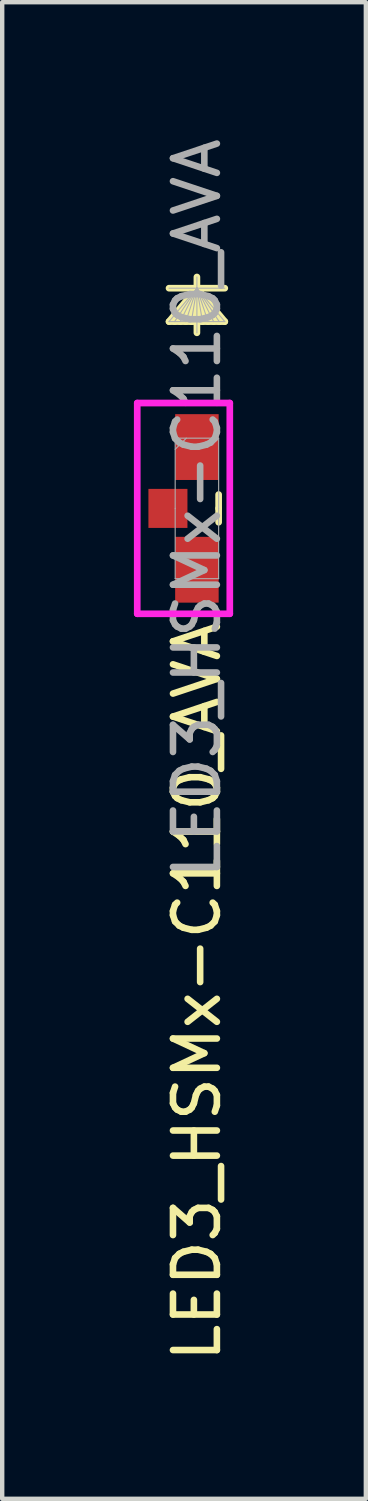
<source format=kicad_pcb>
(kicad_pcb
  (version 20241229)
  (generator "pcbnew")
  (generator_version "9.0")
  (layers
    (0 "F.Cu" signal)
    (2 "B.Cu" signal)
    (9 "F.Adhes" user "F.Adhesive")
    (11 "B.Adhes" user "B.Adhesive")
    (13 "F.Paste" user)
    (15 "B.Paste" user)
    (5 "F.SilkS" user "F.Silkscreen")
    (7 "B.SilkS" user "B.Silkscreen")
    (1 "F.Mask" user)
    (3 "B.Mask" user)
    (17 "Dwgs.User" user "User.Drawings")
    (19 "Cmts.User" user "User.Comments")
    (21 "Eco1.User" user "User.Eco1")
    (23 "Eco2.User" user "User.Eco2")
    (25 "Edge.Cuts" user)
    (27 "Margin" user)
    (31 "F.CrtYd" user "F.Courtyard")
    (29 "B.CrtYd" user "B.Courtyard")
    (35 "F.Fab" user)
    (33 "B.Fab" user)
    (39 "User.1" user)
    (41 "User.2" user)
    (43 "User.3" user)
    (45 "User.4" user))
  (footprint "LED3_HSMx-C110_AVA"
    (layer "F.Cu")
    (at 1.435 8.53)
    (property "Reference" "LED3_HSMx-C110_AVA" (at 0 2.5 90) (unlocked yes) (layer "F.SilkS") (effects (font (size 1 1) (thickness 0.15)) (justify right)))
    (attr smd)
    (fp_line (start 0 -5.016) (end -0.635 -4.255) (stroke (width 0.152) (type solid)) (layer "F.SilkS"))
    (fp_line (start 0 -5.016) (end -0.508 -4.255) (stroke (width 0.152) (type solid)) (layer "F.SilkS"))
    (fp_line (start 0 -5.016) (end -0.381 -4.255) (stroke (width 0.152) (type solid)) (layer "F.SilkS"))
    (fp_line (start 0 -5.016) (end -0.254 -4.255) (stroke (width 0.152) (type solid)) (layer "F.SilkS"))
    (fp_line (start 0 -5.016) (end -0.127 -4.255) (stroke (width 0.152) (type solid)) (layer "F.SilkS"))
    (fp_line (start 0 -5.016) (end 0.127 -4.255) (stroke (width 0.152) (type solid)) (layer "F.SilkS"))
    (fp_line (start 0 -5.016) (end 0.254 -4.255) (stroke (width 0.152) (type solid)) (layer "F.SilkS"))
    (fp_line (start 0 -5.016) (end 0.381 -4.255) (stroke (width 0.152) (type solid)) (layer "F.SilkS"))
    (fp_line (start 0 -5.016) (end 0.508 -4.255) (stroke (width 0.152) (type solid)) (layer "F.SilkS"))
    (fp_line (start 0 -5.016) (end 0.635 -4.255) (stroke (width 0.152) (type solid)) (layer "F.SilkS"))
    (fp_line (start 0 -4) (end 0 -5.271) (stroke (width 0.152) (type solid)) (layer "F.SilkS"))
    (fp_line (start 0.495 0) (end 0.495 -0.315) (stroke (width 0.152) (type solid)) (layer "F.SilkS"))
    (fp_line (start 0.495 0) (end 0.495 0.315) (stroke (width 0.152) (type solid)) (layer "F.SilkS"))
    (fp_line (start 0.635 -5.016) (end -0.635 -5.016) (stroke (width 0.152) (type solid)) (layer "F.SilkS"))
    (fp_line (start 0.635 -4.255) (end -0.635 -4.255) (stroke (width 0.152) (type solid)) (layer "F.SilkS"))
    (fp_line (start -1.359 -2.4) (end 0.749 -2.4) (stroke (width 0.152) (type solid)) (layer "F.CrtYd"))
    (fp_line (start -1.359 2.4) (end -1.359 -2.4) (stroke (width 0.152) (type solid)) (layer "F.CrtYd"))
    (fp_line (start 0.749 -2.4) (end 0.749 2.4) (stroke (width 0.152) (type solid)) (layer "F.CrtYd"))
    (fp_line (start 0.749 2.4) (end -1.359 2.4) (stroke (width 0.152) (type solid)) (layer "F.CrtYd"))
    (fp_line (start -0.495 -1.6) (end 0.495 -1.6) (stroke (width 0.025) (type solid)) (layer "F.Fab"))
    (fp_line (start -0.495 0) (end -0.495 -1.6) (stroke (width 0.025) (type solid)) (layer "F.Fab"))
    (fp_line (start -0.495 0) (end -0.495 1.6) (stroke (width 0.025) (type solid)) (layer "F.Fab"))
    (fp_line (start -0.495 1.6) (end 0.495 1.6) (stroke (width 0.025) (type solid)) (layer "F.Fab"))
    (fp_line (start -0.241 -1.6) (end -0.495 -1.346) (stroke (width 0.025) (type solid)) (layer "F.Fab"))
    (fp_line (start 0 -5.016) (end -0.635 -4.255) (stroke (width 0.025) (type solid)) (layer "F.Fab"))
    (fp_line (start 0 -5.016) (end -0.508 -4.255) (stroke (width 0.025) (type solid)) (layer "F.Fab"))
    (fp_line (start 0 -5.016) (end -0.381 -4.255) (stroke (width 0.025) (type solid)) (layer "F.Fab"))
    (fp_line (start 0 -5.016) (end -0.254 -4.255) (stroke (width 0.025) (type solid)) (layer "F.Fab"))
    (fp_line (start 0 -5.016) (end -0.127 -4.255) (stroke (width 0.025) (type solid)) (layer "F.Fab"))
    (fp_line (start 0 -5.016) (end 0.127 -4.255) (stroke (width 0.025) (type solid)) (layer "F.Fab"))
    (fp_line (start 0 -5.016) (end 0.254 -4.255) (stroke (width 0.025) (type solid)) (layer "F.Fab"))
    (fp_line (start 0 -5.016) (end 0.381 -4.255) (stroke (width 0.025) (type solid)) (layer "F.Fab"))
    (fp_line (start 0 -5.016) (end 0.508 -4.255) (stroke (width 0.025) (type solid)) (layer "F.Fab"))
    (fp_line (start 0 -5.016) (end 0.635 -4.255) (stroke (width 0.025) (type solid)) (layer "F.Fab"))
    (fp_line (start 0 -4) (end 0 -5.271) (stroke (width 0.025) (type solid)) (layer "F.Fab"))
    (fp_line (start 0.495 0) (end 0.495 -1.6) (stroke (width 0.025) (type solid)) (layer "F.Fab"))
    (fp_line (start 0.495 0) (end 0.495 1.6) (stroke (width 0.025) (type solid)) (layer "F.Fab"))
    (fp_line (start 0.635 -5.016) (end -0.635 -5.016) (stroke (width 0.025) (type solid)) (layer "F.Fab"))
    (fp_line (start 0.635 -4.255) (end -0.635 -4.255) (stroke (width 0.025) (type solid)) (layer "F.Fab"))
    (fp_text user "${REFERENCE}" (at 0 0 90) (unlocked yes) (layer "F.Fab") (effects (font (size 1 1) (thickness 0.15))))
    (pad "1" smd rect (at 0 -1.397) (size 0.991 1.499) (layers "F.Cu" "F.Mask" "F.Paste"))
    (pad "2" smd rect (at -0.66 0) (size 0.889 0.889) (layers "F.Cu" "F.Mask" "F.Paste"))
    (pad "3" smd rect (at 0 1.397) (size 0.991 1.499) (layers "F.Cu" "F.Mask" "F.Paste")))
  (gr_rect
    (start -3 -3)
    (end 5.283 31.089)
    (stroke (width 0.1) (type default))
    (fill no)
    (layer "Edge.Cuts")))
</source>
